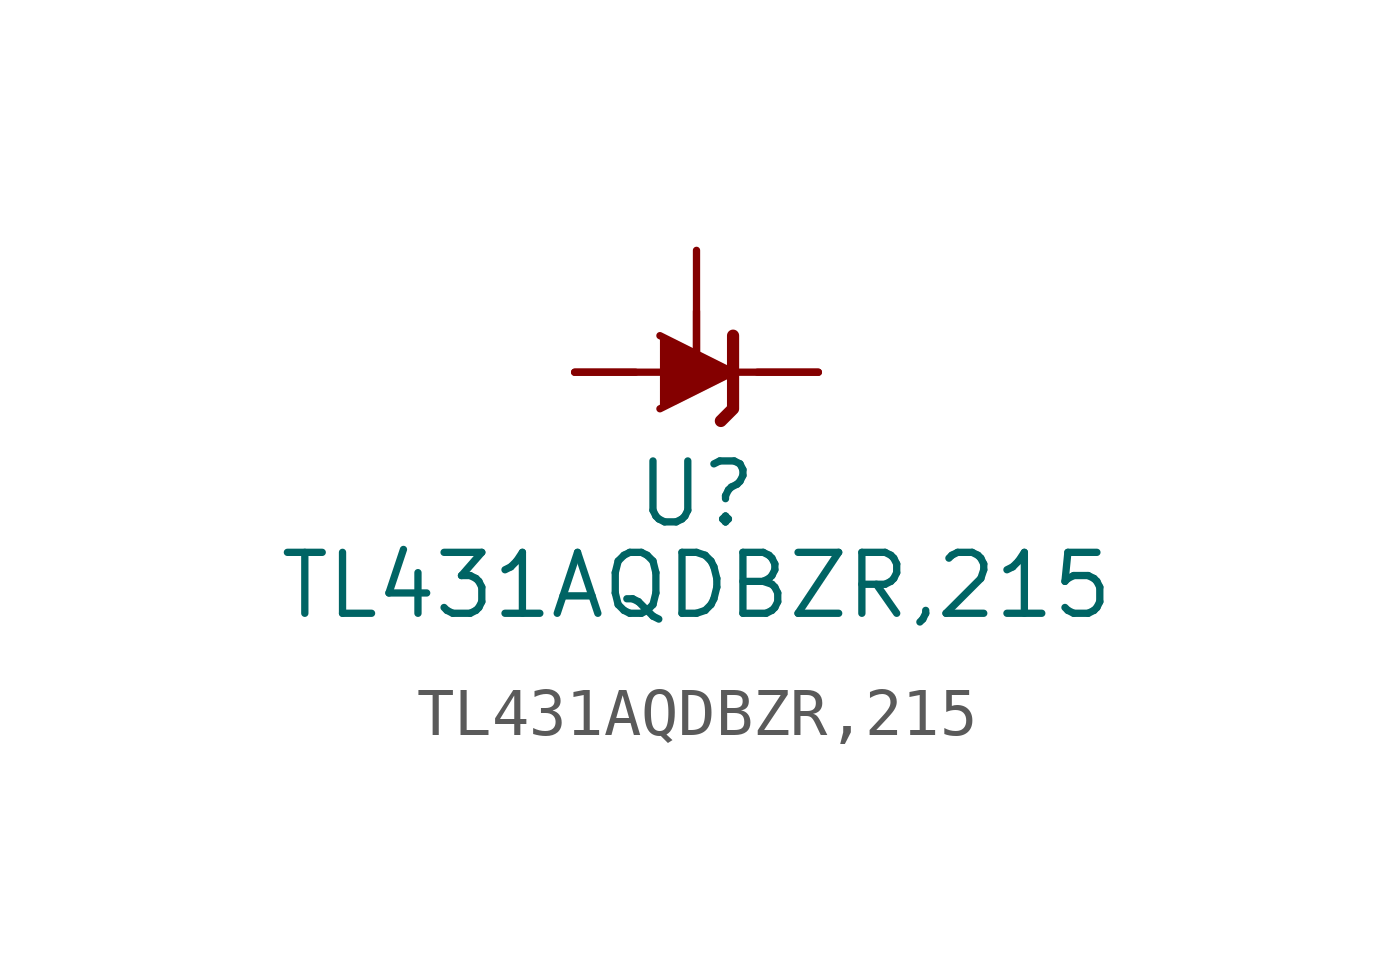
<source format=kicad_sym>
(kicad_symbol_lib
  (version 20220914)
  (generator kicad_symbol_editor)
  (symbol "TL431AQDBZR,215"
    (pin_numbers hide)
    (pin_names hide)
    (property "Reference" "U"
      (at 0 -2.54 0)
      (effects (font (size 1.27 1.27))))
    (property "Value" "TL431AQDBZR,215"
      (at 0 -4.445 0)
      (effects (font (size 1.27 1.27))))
    (symbol "TL431AQDBZR,215_0_1"
      (polyline (pts (xy -2.54 0) (xy 0 0) (xy 2.54 0)) (stroke (width 0) (type default)) (fill (type none)))
      (polyline (pts (xy -0.762 0.762) (xy 0.762 0) (xy -0.762 -0.762)) (stroke (width 0) (type default)) (fill (type outline)))
      (polyline (pts (xy 0.508 -1.016) (xy 0.762 -0.762) (xy 0.762 0.762) (xy 0.762 0.762)) (stroke (width 0.254) (type default)) (fill (type none))))
    (symbol "TL431AQDBZR,215_1_1"
      (polyline (pts (xy 0 1.27) (xy 0 0)) (stroke (width 0) (type default)) (fill (type none)))
      (pin passive line (at 2.54 0 180) (length 1.27) (name "K" (effects (font (size 1.27 1.27)))) (number "1" (effects (font (size 1.27 1.27)))))
      (pin passive line (at 0 2.54 270) (length 2.54) (name "REF" (effects (font (size 1.27 1.27)))) (number "2" (effects (font (size 1.27 1.27)))))
      (pin passive line (at -2.54 0 0) (length 1.27) (name "A" (effects (font (size 1.27 1.27)))) (number "3" (effects (font (size 1.27 1.27))))))))
</source>
